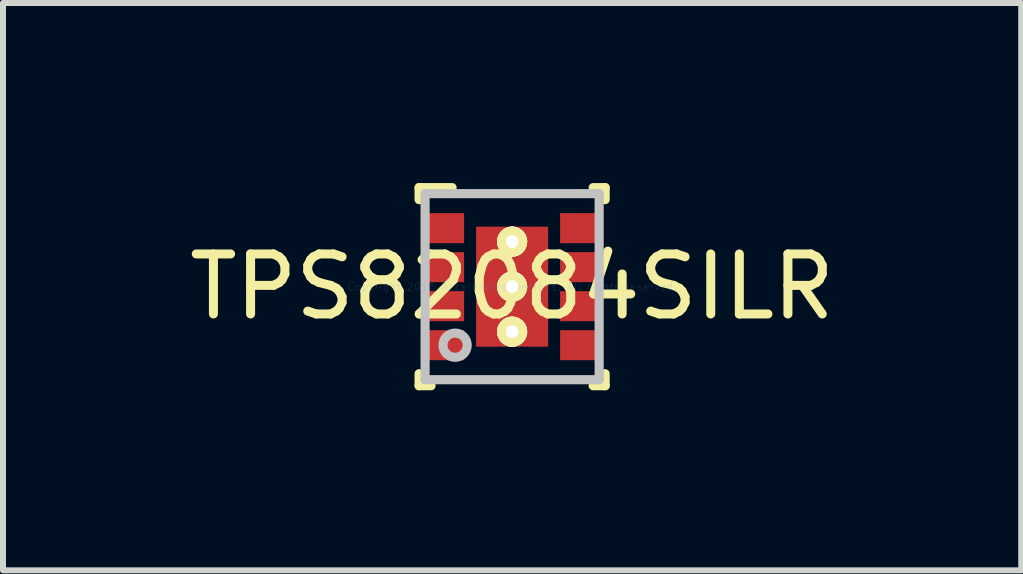
<source format=kicad_pcb>
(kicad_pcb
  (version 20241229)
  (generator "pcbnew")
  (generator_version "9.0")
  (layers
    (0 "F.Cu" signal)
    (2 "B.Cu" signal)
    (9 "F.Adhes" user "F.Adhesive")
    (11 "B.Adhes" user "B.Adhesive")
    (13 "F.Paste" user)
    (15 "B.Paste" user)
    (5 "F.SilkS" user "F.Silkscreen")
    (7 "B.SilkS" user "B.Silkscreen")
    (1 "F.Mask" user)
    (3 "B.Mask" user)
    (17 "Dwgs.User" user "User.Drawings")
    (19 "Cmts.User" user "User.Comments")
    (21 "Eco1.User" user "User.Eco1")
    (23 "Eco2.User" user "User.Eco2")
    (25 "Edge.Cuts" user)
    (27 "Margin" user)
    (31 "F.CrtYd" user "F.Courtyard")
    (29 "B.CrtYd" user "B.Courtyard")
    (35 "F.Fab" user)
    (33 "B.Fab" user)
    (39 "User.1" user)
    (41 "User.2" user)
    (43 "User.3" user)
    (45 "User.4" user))
  (footprint "TPS82084SILR"
    (layer "F.Cu")
    (at 5.482 1.726)
    (property "Reference" "TPS82084SILR" (at 0 0 0) (layer "F.SilkS") (effects (font (size 1 1) (thickness 0.15))))
    (attr through_hole)
    (fp_line (start -1.55 -1.65) (end -1 -1.65) (stroke (width 0.152) (type solid)) (layer "F.SilkS"))
    (fp_line (start -1.55 -1.45) (end -1.55 -1.65) (stroke (width 0.152) (type solid)) (layer "F.SilkS"))
    (fp_line (start -1.55 1.65) (end -1.55 1.45) (stroke (width 0.152) (type solid)) (layer "F.SilkS"))
    (fp_line (start -1.55 1.65) (end -1.35 1.65) (stroke (width 0.152) (type solid)) (layer "F.SilkS"))
    (fp_line (start 1.35 -1.65) (end 1.55 -1.65) (stroke (width 0.152) (type solid)) (layer "F.SilkS"))
    (fp_line (start 1.35 1.65) (end 1.55 1.65) (stroke (width 0.152) (type solid)) (layer "F.SilkS"))
    (fp_line (start 1.55 -1.45) (end 1.55 -1.65) (stroke (width 0.152) (type solid)) (layer "F.SilkS"))
    (fp_line (start 1.55 1.65) (end 1.55 1.45) (stroke (width 0.152) (type solid)) (layer "F.SilkS"))
    (fp_line (start -1.45 -1.55) (end 1.45 -1.55) (stroke (width 0.152) (type solid)) (layer "Dwgs.User"))
    (fp_line (start -1.45 1.55) (end -1.45 -1.55) (stroke (width 0.152) (type solid)) (layer "Dwgs.User"))
    (fp_line (start -1.45 1.55) (end 1.45 1.55) (stroke (width 0.152) (type solid)) (layer "Dwgs.User"))
    (fp_line (start 1.45 1.55) (end 1.45 -1.55) (stroke (width 0.152) (type solid)) (layer "Dwgs.User"))
    (fp_circle (center -0.95 0.975) (end -0.748 0.975) (stroke (width 0.152) (type solid)) (fill no) (layer "Dwgs.User"))
    (fp_text user "Copyright 2016 Accelerated Designs. All rights reserved." (at 0 0 0) (layer "Cmts.User") (effects (font (size 0.127 0.127) (thickness 0.002))))
    (pad "" smd rect (at -1.1 -0.975) (size 0.5 0.4) (layers "F.Mask"))
    (pad "" smd rect (at -1.1 -0.975) (size 0.5 0.4) (layers "F.Paste"))
    (pad "" smd rect (at -1.1 -0.325) (size 0.5 0.4) (layers "F.Mask"))
    (pad "" smd rect (at -1.1 -0.325) (size 0.5 0.4) (layers "F.Paste"))
    (pad "" smd rect (at -1.1 0.325) (size 0.5 0.4) (layers "F.Mask"))
    (pad "" smd rect (at -1.1 0.325) (size 0.5 0.4) (layers "F.Paste"))
    (pad "" smd rect (at -1.1 0.975) (size 0.5 0.4) (layers "F.Mask"))
    (pad "" smd rect (at -1.1 0.975) (size 0.5 0.4) (layers "F.Paste"))
    (pad "" thru_hole circle (at 0 -0.75) (size 0.5 0.5) (drill 0.203) (layers "*.Mask" "F.SilkS"))
    (pad "" thru_hole circle (at 0 -0.75) (size 0.5 0.5) (drill 0.203) (layers "*.Mask" "F.SilkS"))
    (pad "" smd rect (at 0 0) (size 0.000003 0.8) (layers "F.Paste"))
    (pad "" thru_hole circle (at 0 0) (size 0.5 0.5) (drill 0.203) (layers "*.Mask" "F.SilkS"))
    (pad "" thru_hole circle (at 0 0) (size 0.5 0.5) (drill 0.203) (layers "*.Mask" "F.SilkS"))
    (pad "" smd rect (at 0 0) (size 1.1 1.9) (layers "F.Mask"))
    (pad "" thru_hole circle (at 0 0.75) (size 0.5 0.5) (drill 0.203) (layers "*.Mask" "F.SilkS"))
    (pad "" thru_hole circle (at 0 0.75) (size 0.5 0.5) (drill 0.203) (layers "*.Mask" "F.SilkS"))
    (pad "" smd rect (at 1.1 -0.975) (size 0.5 0.4) (layers "F.Mask"))
    (pad "" smd rect (at 1.1 -0.975) (size 0.5 0.4) (layers "F.Paste"))
    (pad "" smd rect (at 1.1 -0.325) (size 0.5 0.4) (layers "F.Mask"))
    (pad "" smd rect (at 1.1 -0.325) (size 0.5 0.4) (layers "F.Paste"))
    (pad "" smd rect (at 1.1 0.325) (size 0.5 0.4) (layers "F.Mask"))
    (pad "" smd rect (at 1.1 0.325) (size 0.5 0.4) (layers "F.Paste"))
    (pad "" smd rect (at 1.1 0.975) (size 0.5 0.4) (layers "F.Mask"))
    (pad "" smd rect (at 1.1 0.975) (size 0.5 0.4) (layers "F.Paste"))
    (pad "1" smd rect (at -1.1 -0.975) (size 0.6 0.5) (layers "F.Cu"))
    (pad "2" smd rect (at -1.1 -0.325) (size 0.6 0.5) (layers "F.Cu"))
    (pad "3" smd rect (at -1.1 0.325) (size 0.6 0.5) (layers "F.Cu"))
    (pad "4" smd rect (at -1.1 0.975) (size 0.6 0.5) (layers "F.Cu"))
    (pad "5" smd rect (at 1.1 0.975) (size 0.6 0.5) (layers "F.Cu"))
    (pad "6" smd rect (at 1.1 0.325) (size 0.6 0.5) (layers "F.Cu"))
    (pad "7" smd rect (at 1.1 -0.325) (size 0.6 0.5) (layers "F.Cu"))
    (pad "8" smd rect (at 1.1 -0.975) (size 0.6 0.5) (layers "F.Cu"))
    (pad "9" smd rect (at 0 0) (size 1.2 2) (layers "F.Cu"))
    (pad "V" thru_hole circle (at 0 -0.75) (size 0.5 0.5) (drill 0.203) (layers "*.Cu" "F.SilkS"))
    (pad "V" thru_hole circle (at 0 -0.75) (size 0.5 0.5) (drill 0.203) (layers "*.Cu" "F.SilkS"))
    (pad "V" thru_hole circle (at 0 0) (size 0.5 0.5) (drill 0.203) (layers "*.Cu" "F.SilkS"))
    (pad "V" thru_hole circle (at 0 0) (size 0.5 0.5) (drill 0.203) (layers "*.Cu" "F.SilkS"))
    (pad "V" thru_hole circle (at 0 0.75) (size 0.5 0.5) (drill 0.203) (layers "*.Cu" "F.SilkS"))
    (pad "V" thru_hole circle (at 0 0.75) (size 0.5 0.5) (drill 0.203) (layers "*.Cu" "F.SilkS")))
  (gr_rect
    (start -3 -3)
    (end 13.964 6.452)
    (stroke (width 0.1) (type default))
    (fill no)
    (layer "Edge.Cuts")))
</source>
